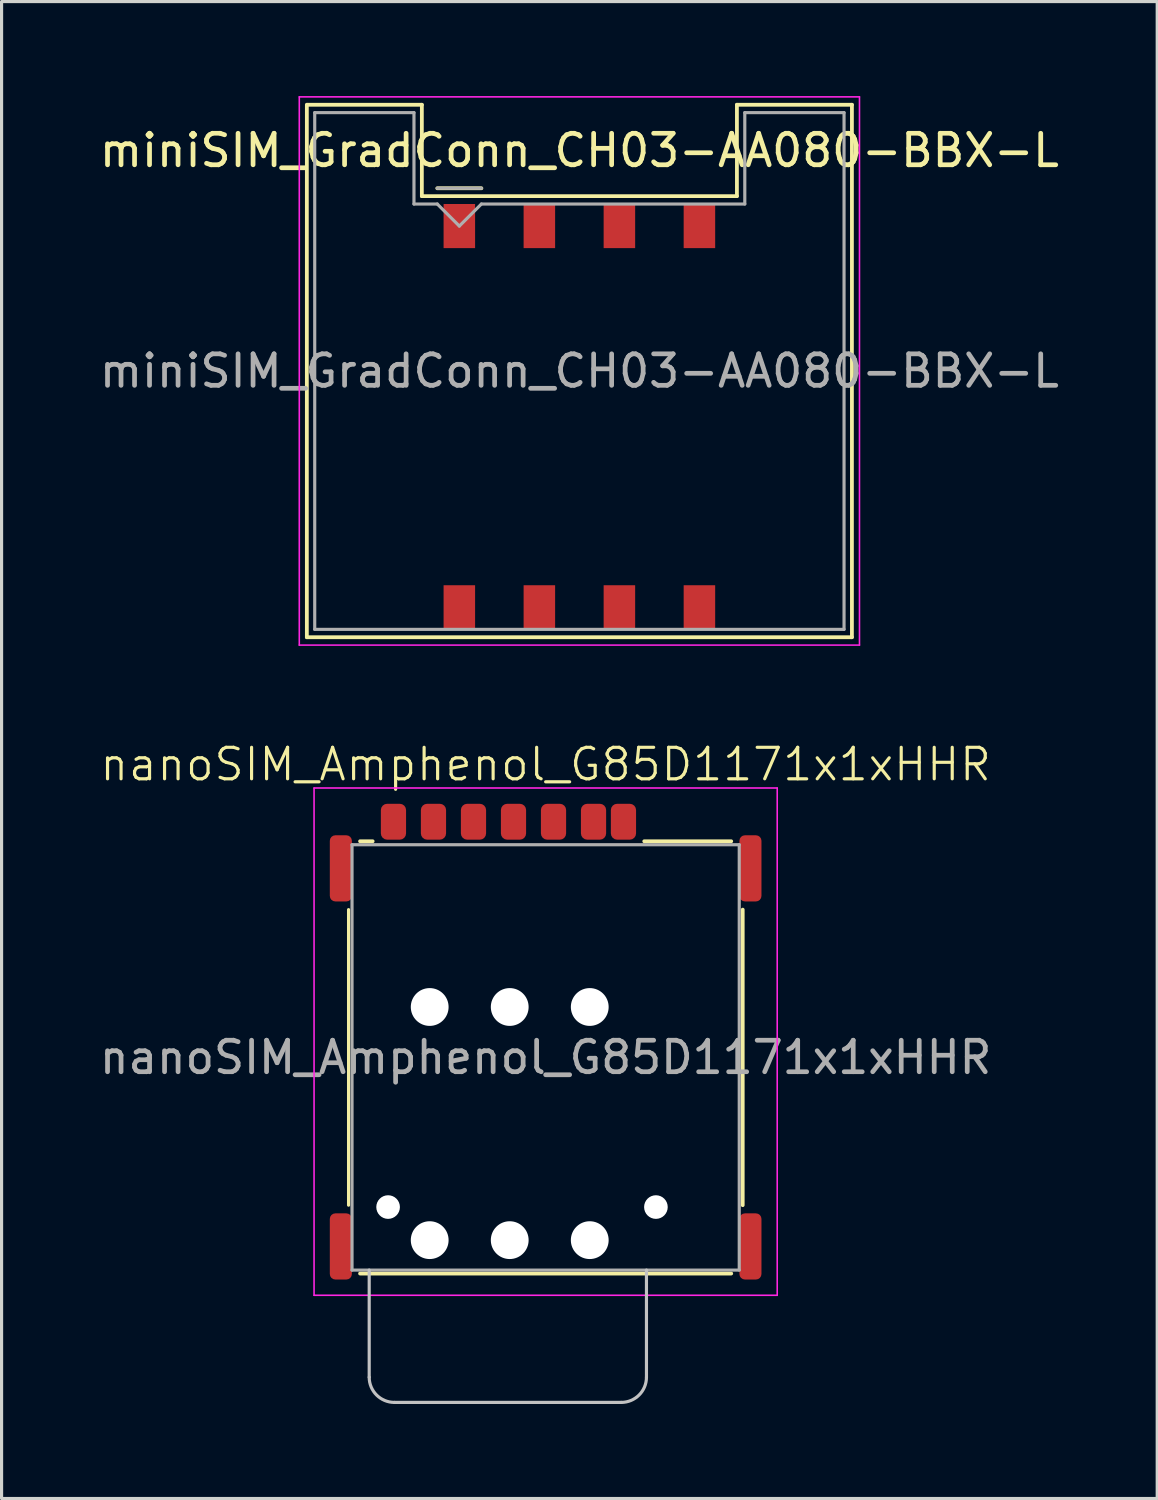
<source format=kicad_pcb>
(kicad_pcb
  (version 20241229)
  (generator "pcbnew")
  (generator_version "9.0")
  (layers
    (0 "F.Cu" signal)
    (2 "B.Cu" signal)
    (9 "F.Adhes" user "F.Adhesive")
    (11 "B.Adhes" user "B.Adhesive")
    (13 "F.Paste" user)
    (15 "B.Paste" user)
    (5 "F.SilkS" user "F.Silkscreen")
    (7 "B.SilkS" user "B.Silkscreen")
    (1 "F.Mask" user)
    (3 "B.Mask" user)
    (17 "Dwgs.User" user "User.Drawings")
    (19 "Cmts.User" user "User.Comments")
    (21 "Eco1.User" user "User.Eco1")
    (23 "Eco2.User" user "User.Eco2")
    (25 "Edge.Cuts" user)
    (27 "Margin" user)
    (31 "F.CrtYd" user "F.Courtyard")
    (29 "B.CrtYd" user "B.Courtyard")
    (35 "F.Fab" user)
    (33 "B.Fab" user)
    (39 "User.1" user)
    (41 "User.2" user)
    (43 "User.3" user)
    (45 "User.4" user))
  (footprint "nanoSIM_Amphenol_G85D1171x1xHHR"
    (layer "F.Cu")
    (at 14.268 30.511)
    (property "Reference" "nanoSIM_Amphenol_G85D1171x1xHHR" (at 0 -9.3 0) (unlocked yes) (layer "F.SilkS") (effects (font (size 1 1) (thickness 0.1))))
    (attr smd)
    (fp_line (start -6.255 -4.69) (end -6.255 4.69) (stroke (width 0.1) (type default)) (layer "F.SilkS"))
    (fp_line (start -5.89 -6.86) (end -5.49 -6.86) (stroke (width 0.12) (type default)) (layer "F.SilkS"))
    (fp_line (start -5.89 6.86) (end 5.89 6.86) (stroke (width 0.12) (type default)) (layer "F.SilkS"))
    (fp_line (start 3.13 -6.86) (end 5.89 -6.86) (stroke (width 0.12) (type default)) (layer "F.SilkS"))
    (fp_line (start 6.255 -4.69) (end 6.255 4.69) (stroke (width 0.12) (type default)) (layer "F.SilkS"))
    (fp_line (start -5.6 6.75) (end -5.6 10.15) (stroke (width 0.1) (type default)) (layer "Dwgs.User"))
    (fp_line (start -4.8 10.95) (end 2.4 10.95) (stroke (width 0.1) (type default)) (layer "Dwgs.User"))
    (fp_line (start 3.2 6.75) (end 3.2 10.15) (stroke (width 0.1) (type default)) (layer "Dwgs.User"))
    (fp_arc (start -4.8 10.95) (mid -5.365685 10.715685) (end -5.6 10.15) (stroke (width 0.1) (type default)) (layer "Dwgs.User"))
    (fp_arc (start 3.2 10.15) (mid 2.965685 10.715685) (end 2.4 10.95) (stroke (width 0.1) (type default)) (layer "Dwgs.User"))
    (fp_line (start -7.35 -8.55) (end -7.35 7.55) (stroke (width 0.05) (type default)) (layer "F.CrtYd"))
    (fp_line (start -7.35 -8.55) (end 7.35 -8.55) (stroke (width 0.05) (type default)) (layer "F.CrtYd"))
    (fp_line (start -7.35 7.55) (end 7.35 7.55) (stroke (width 0.05) (type default)) (layer "F.CrtYd"))
    (fp_line (start 7.35 -8.55) (end 7.35 7.55) (stroke (width 0.05) (type default)) (layer "F.CrtYd"))
    (fp_line (start -6.145 -6.75) (end -6.145 6.75) (stroke (width 0.1) (type default)) (layer "F.Fab"))
    (fp_line (start -6.145 -6.75) (end 6.145 -6.75) (stroke (width 0.1) (type default)) (layer "F.Fab"))
    (fp_line (start -6.145 6.75) (end 6.145 6.75) (stroke (width 0.1) (type default)) (layer "F.Fab"))
    (fp_line (start 6.145 -6.75) (end 6.145 6.75) (stroke (width 0.1) (type default)) (layer "F.Fab"))
    (fp_text user "${REFERENCE}" (at 0 0 0) (unlocked yes) (layer "F.Fab") (effects (font (size 1 1) (thickness 0.15))))
    (pad "" np_thru_hole circle (at -5 4.75) (size 0.75 0.75) (drill 0.75) (layers "*.Cu" "*.Mask"))
    (pad "" np_thru_hole circle (at -3.68 -1.6) (size 1.2 1.2) (drill 1.2) (layers "*.Cu" "*.Mask"))
    (pad "" np_thru_hole circle (at -3.68 5.8) (size 1.2 1.2) (drill 1.2) (layers "*.Cu" "*.Mask"))
    (pad "" np_thru_hole circle (at -1.14 -1.6) (size 1.2 1.2) (drill 1.2) (layers "*.Cu" "*.Mask"))
    (pad "" np_thru_hole circle (at -1.14 5.8) (size 1.2 1.2) (drill 1.2) (layers "*.Cu" "*.Mask"))
    (pad "" np_thru_hole circle (at 1.4 -1.6) (size 1.2 1.2) (drill 1.2) (layers "*.Cu" "*.Mask"))
    (pad "" np_thru_hole circle (at 1.4 5.8) (size 1.2 1.2) (drill 1.2) (layers "*.Cu" "*.Mask"))
    (pad "" np_thru_hole circle (at 3.5 4.75) (size 0.75 0.75) (drill 0.75) (layers "*.Cu" "*.Mask"))
    (pad "1" smd roundrect (at 0.25 -7.48) (size 0.8 1.14) (layers "F.Cu" "F.Mask" "F.Paste") (roundrect_rratio 0.25))
    (pad "2" smd roundrect (at -2.29 -7.48) (size 0.8 1.14) (layers "F.Cu" "F.Mask" "F.Paste") (roundrect_rratio 0.25))
    (pad "3" smd roundrect (at -4.83 -7.48) (size 0.8 1.14) (layers "F.Cu" "F.Mask" "F.Paste") (roundrect_rratio 0.25))
    (pad "5" smd roundrect (at 1.52 -7.48) (size 0.8 1.14) (layers "F.Cu" "F.Mask" "F.Paste") (roundrect_rratio 0.25))
    (pad "6" smd roundrect (at -1.02 -7.48) (size 0.8 1.14) (layers "F.Cu" "F.Mask" "F.Paste") (roundrect_rratio 0.25))
    (pad "7" smd roundrect (at -3.56 -7.48) (size 0.8 1.14) (layers "F.Cu" "F.Mask" "F.Paste") (roundrect_rratio 0.25))
    (pad "CD" smd roundrect (at 2.47 -7.48) (size 0.8 1.14) (layers "F.Cu" "F.Mask" "F.Paste") (roundrect_rratio 0.25))
    (pad "SH" smd roundrect (at -6.5 -6) (size 0.7 2.1) (layers "F.Cu" "F.Mask" "F.Paste") (roundrect_rratio 0.25))
    (pad "SH" smd roundrect (at -6.5 6) (size 0.7 2.1) (layers "F.Cu" "F.Mask" "F.Paste") (roundrect_rratio 0.25))
    (pad "SH" smd roundrect (at 6.5 -6) (size 0.7 2.1) (layers "F.Cu" "F.Mask" "F.Paste") (roundrect_rratio 0.25))
    (pad "SH" smd roundrect (at 6.5 6) (size 0.7 2.1) (layers "F.Cu" "F.Mask" "F.Paste") (roundrect_rratio 0.25))
    (zone (net_name "") (layer "F.Cu") (hatch edge 0.5) (connect_pads) (min_thickness 0.25) (filled_areas_thickness no) (keepout (tracks not_allowed) (vias not_allowed) (pads not_allowed) (copperpour not_allowed) (footprints allowed)) (placement (enabled no)) (fill) (polygon (pts (xy 9.988 25.66) (xy 9.988 28.16) (xy 11.188 28.16) (xy 11.188 25.66))))
    (zone (net_name "") (layer "F.Cu") (hatch edge 0.5) (connect_pads) (min_thickness 0.25) (filled_areas_thickness no) (keepout (tracks not_allowed) (vias not_allowed) (pads not_allowed) (copperpour not_allowed) (footprints allowed)) (placement (enabled no)) (fill) (polygon (pts (xy 9.988 35.56) (xy 11.188 35.56) (xy 11.188 32.56) (xy 9.988 32.56))))
    (zone (net_name "") (layer "F.Cu") (hatch edge 0.5) (connect_pads) (min_thickness 0.25) (filled_areas_thickness no) (keepout (tracks not_allowed) (vias not_allowed) (pads not_allowed) (copperpour not_allowed) (footprints allowed)) (placement (enabled no)) (fill) (polygon (pts (xy 12.528 25.66) (xy 12.528 28.16) (xy 13.728 28.16) (xy 13.728 25.66))))
    (zone (net_name "") (layer "F.Cu") (hatch edge 0.5) (connect_pads) (min_thickness 0.25) (filled_areas_thickness no) (keepout (tracks not_allowed) (vias not_allowed) (pads not_allowed) (copperpour not_allowed) (footprints allowed)) (placement (enabled no)) (fill) (polygon (pts (xy 12.528 32.56) (xy 12.528 35.56) (xy 13.728 35.56) (xy 13.728 32.56))))
    (zone (net_name "") (layer "F.Cu") (hatch edge 0.5) (connect_pads) (min_thickness 0.25) (filled_areas_thickness no) (keepout (tracks not_allowed) (vias not_allowed) (pads not_allowed) (copperpour not_allowed) (footprints allowed)) (placement (enabled no)) (fill) (polygon (pts (xy 15.068 25.66) (xy 15.068 28.16) (xy 16.268 28.16) (xy 16.268 25.66))))
    (zone (net_name "") (layer "F.Cu") (hatch edge 0.5) (connect_pads) (min_thickness 0.25) (filled_areas_thickness no) (keepout (tracks not_allowed) (vias not_allowed) (pads not_allowed) (copperpour not_allowed) (footprints allowed)) (placement (enabled no)) (fill) (polygon (pts (xy 15.068 35.56) (xy 16.268 35.56) (xy 16.268 32.56) (xy 15.068 32.56)))))
  (footprint "miniSIM_GradConn_CH03-AA080-BBX-L"
    (layer "F.Cu")
    (at 15.339 8.725)
    (property "Reference" "miniSIM_GradConn_CH03-AA080-BBX-L" (at 0 -7 0) (unlocked yes) (layer "F.SilkS") (effects (font (size 1 1) (thickness 0.15))))
    (attr smd)
    (fp_line (start -8.65 8.45) (end -8.65 -8.45) (stroke (width 0.12) (type solid)) (layer "F.SilkS"))
    (fp_line (start -8.64 -8.45) (end -5 -8.45) (stroke (width 0.12) (type solid)) (layer "F.SilkS"))
    (fp_line (start -5 -5.55) (end -5 -8.45) (stroke (width 0.12) (type solid)) (layer "F.SilkS"))
    (fp_line (start -5 -5.55) (end 5 -5.55) (stroke (width 0.12) (type solid)) (layer "F.SilkS"))
    (fp_line (start -3.11 -5.8) (end -4.51 -5.8) (stroke (width 0.12) (type solid)) (layer "F.SilkS"))
    (fp_line (start 5 -8.45) (end 8.65 -8.45) (stroke (width 0.12) (type solid)) (layer "F.SilkS"))
    (fp_line (start 5 -5.55) (end 5 -8.45) (stroke (width 0.12) (type solid)) (layer "F.SilkS"))
    (fp_line (start 8.65 -8.45) (end 8.65 8.45) (stroke (width 0.12) (type solid)) (layer "F.SilkS"))
    (fp_line (start 8.65 8.45) (end -8.65 8.45) (stroke (width 0.12) (type solid)) (layer "F.SilkS"))
    (fp_line (start -8.89 -8.7) (end 8.89 -8.7) (stroke (width 0.05) (type solid)) (layer "F.CrtYd"))
    (fp_line (start -8.89 8.7) (end -8.89 -8.7) (stroke (width 0.05) (type solid)) (layer "F.CrtYd"))
    (fp_line (start -8.89 8.7) (end 8.89 8.7) (stroke (width 0.05) (type solid)) (layer "F.CrtYd"))
    (fp_line (start 8.89 8.7) (end 8.89 -8.7) (stroke (width 0.05) (type solid)) (layer "F.CrtYd"))
    (fp_line (start -8.4 8.2) (end -8.4 -8.2) (stroke (width 0.1) (type solid)) (layer "F.Fab"))
    (fp_line (start -8.4 8.2) (end 8.4 8.2) (stroke (width 0.1) (type solid)) (layer "F.Fab"))
    (fp_line (start -5.25 -8.2) (end -8.4 -8.2) (stroke (width 0.1) (type solid)) (layer "F.Fab"))
    (fp_line (start -5.25 -8.2) (end -5.25 -5.3) (stroke (width 0.1) (type solid)) (layer "F.Fab"))
    (fp_line (start -5.25 -5.3) (end -4.51 -5.3) (stroke (width 0.1) (type solid)) (layer "F.Fab"))
    (fp_line (start -4.51 -5.3) (end -3.81 -4.6) (stroke (width 0.1) (type solid)) (layer "F.Fab"))
    (fp_line (start -3.81 -4.6) (end -3.11 -5.3) (stroke (width 0.1) (type solid)) (layer "F.Fab"))
    (fp_line (start -3.11 -5.8) (end -4.51 -5.8) (stroke (width 0.1) (type solid)) (layer "F.Fab"))
    (fp_line (start -3.11 -5.3) (end 5.25 -5.3) (stroke (width 0.1) (type solid)) (layer "F.Fab"))
    (fp_line (start 5.25 -8.2) (end 8.4 -8.2) (stroke (width 0.1) (type solid)) (layer "F.Fab"))
    (fp_line (start 5.25 -5.3) (end 5.25 -8.2) (stroke (width 0.1) (type solid)) (layer "F.Fab"))
    (fp_line (start 8.4 8.2) (end 8.4 -8.2) (stroke (width 0.1) (type solid)) (layer "F.Fab"))
    (fp_text user "${REFERENCE}" (at 0 0 0) (unlocked yes) (layer "F.Fab") (effects (font (size 1 1) (thickness 0.15))))
    (pad "1" smd rect (at -3.81 -4.6) (size 1 1.4) (layers "F.Cu" "F.Mask" "F.Paste"))
    (pad "2" smd rect (at -1.27 -4.6) (size 1 1.4) (layers "F.Cu" "F.Mask" "F.Paste"))
    (pad "3" smd rect (at 1.27 -4.6) (size 1 1.4) (layers "F.Cu" "F.Mask" "F.Paste"))
    (pad "4" smd rect (at 3.81 -4.6) (size 1 1.4) (layers "F.Cu" "F.Mask" "F.Paste"))
    (pad "5" smd rect (at -3.81 7.5) (size 1 1.4) (layers "F.Cu" "F.Mask" "F.Paste"))
    (pad "6" smd rect (at -1.27 7.5) (size 1 1.4) (layers "F.Cu" "F.Mask" "F.Paste"))
    (pad "7" smd rect (at 1.27 7.5) (size 1 1.4) (layers "F.Cu" "F.Mask" "F.Paste"))
    (pad "8" smd rect (at 3.81 7.5) (size 1 1.4) (layers "F.Cu" "F.Mask" "F.Paste")))
  (gr_rect
    (start -3 -3)
    (end 33.679 44.511)
    (stroke (width 0.1) (type default))
    (fill no)
    (layer "Edge.Cuts")))
</source>
